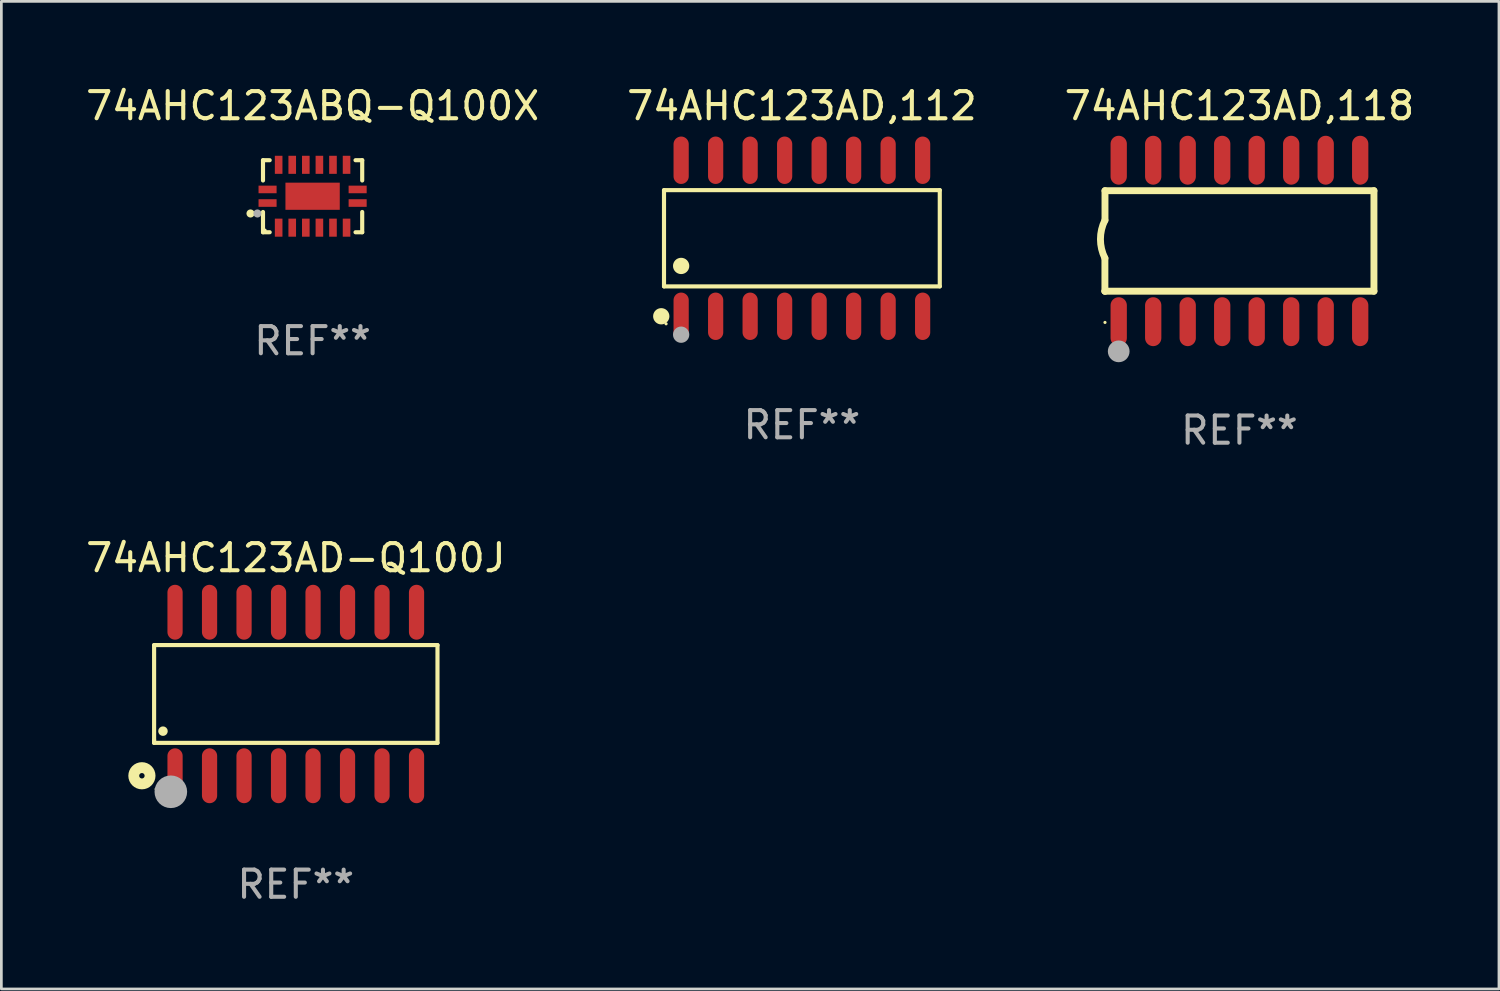
<source format=kicad_pcb>
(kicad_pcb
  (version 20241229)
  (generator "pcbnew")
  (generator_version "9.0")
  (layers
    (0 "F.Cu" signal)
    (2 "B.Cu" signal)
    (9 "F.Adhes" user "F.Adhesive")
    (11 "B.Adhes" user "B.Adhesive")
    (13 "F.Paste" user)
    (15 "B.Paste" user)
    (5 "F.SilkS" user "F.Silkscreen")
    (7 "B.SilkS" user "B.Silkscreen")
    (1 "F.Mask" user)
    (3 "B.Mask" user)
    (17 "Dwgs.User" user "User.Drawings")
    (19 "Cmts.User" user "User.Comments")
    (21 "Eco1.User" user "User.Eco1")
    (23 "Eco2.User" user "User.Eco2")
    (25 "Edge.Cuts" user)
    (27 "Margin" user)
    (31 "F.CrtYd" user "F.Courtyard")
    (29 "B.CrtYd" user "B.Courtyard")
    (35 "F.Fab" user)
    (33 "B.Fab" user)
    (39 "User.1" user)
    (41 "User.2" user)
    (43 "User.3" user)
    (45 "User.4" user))
  (footprint "74AHC123AD,118"
    (layer "F.Cu")
    (at 42.577 5.82)
    (property "Reference" "74AHC123AD,118" (at 0 -4.972 0) (layer "F.SilkS") (effects (font (size 1 1) (thickness 0.15))))
    (attr through_hole)
    (fp_line (start -4.952 0.635) (end -4.952 1.85) (stroke (width 0.254) (type solid)) (layer "F.SilkS"))
    (fp_line (start -4.952 1.85) (end -4.949 1.85) (stroke (width 0.254) (type solid)) (layer "F.SilkS"))
    (fp_line (start -4.949 -1.85) (end -4.949 -0.762) (stroke (width 0.254) (type solid)) (layer "F.SilkS"))
    (fp_line (start -4.949 1.85) (end 4.952 1.85) (stroke (width 0.254) (type solid)) (layer "F.SilkS"))
    (fp_line (start 4.952 -1.85) (end -4.949 -1.85) (stroke (width 0.254) (type solid)) (layer "F.SilkS"))
    (fp_line (start 4.952 1.85) (end 4.952 -1.85) (stroke (width 0.254) (type solid)) (layer "F.SilkS"))
    (fp_arc (start -4.951524 0.635001) (mid -5.116418 -0.0635) (end -4.951524 -0.762002) (stroke (width 0.254001) (type solid)) (layer "F.SilkS"))
    (fp_circle (center -4.949 3) (end -4.919 3) (stroke (width 0.06) (type solid)) (fill no) (layer "F.SilkS"))
    (fp_circle (center -4.444 4.064) (end -4.244 4.064) (stroke (width 0.4) (type solid)) (fill no) (layer "F.Fab"))
    (fp_text user "REF**" (at 0 6.972 0) (layer "F.Fab") (effects (font (size 1 1) (thickness 0.15))))
    (pad "1" smd oval (at -4.444 2.972 180) (size 0.6 1.8) (layers "F.Cu" "F.Mask" "F.Paste"))
    (pad "2" smd oval (at -3.174 2.972 180) (size 0.6 1.8) (layers "F.Cu" "F.Mask" "F.Paste"))
    (pad "3" smd oval (at -1.904 2.972 180) (size 0.6 1.8) (layers "F.Cu" "F.Mask" "F.Paste"))
    (pad "4" smd oval (at -0.634 2.972 180) (size 0.6 1.8) (layers "F.Cu" "F.Mask" "F.Paste"))
    (pad "5" smd oval (at 0.636 2.972 180) (size 0.6 1.8) (layers "F.Cu" "F.Mask" "F.Paste"))
    (pad "6" smd oval (at 1.906 2.972 180) (size 0.6 1.8) (layers "F.Cu" "F.Mask" "F.Paste"))
    (pad "7" smd oval (at 3.176 2.972 180) (size 0.6 1.8) (layers "F.Cu" "F.Mask" "F.Paste"))
    (pad "8" smd oval (at 4.446 2.972 180) (size 0.6 1.8) (layers "F.Cu" "F.Mask" "F.Paste"))
    (pad "9" smd oval (at 4.446 -2.972 180) (size 0.6 1.8) (layers "F.Cu" "F.Mask" "F.Paste"))
    (pad "10" smd oval (at 3.176 -2.972 180) (size 0.6 1.8) (layers "F.Cu" "F.Mask" "F.Paste"))
    (pad "11" smd oval (at 1.906 -2.972 180) (size 0.6 1.8) (layers "F.Cu" "F.Mask" "F.Paste"))
    (pad "12" smd oval (at 0.636 -2.972 180) (size 0.6 1.8) (layers "F.Cu" "F.Mask" "F.Paste"))
    (pad "13" smd oval (at -0.634 -2.972 180) (size 0.6 1.8) (layers "F.Cu" "F.Mask" "F.Paste"))
    (pad "14" smd oval (at -1.904 -2.972 180) (size 0.6 1.8) (layers "F.Cu" "F.Mask" "F.Paste"))
    (pad "15" smd oval (at -3.174 -2.972 180) (size 0.6 1.8) (layers "F.Cu" "F.Mask" "F.Paste"))
    (pad "16" smd oval (at -4.444 -2.972 180) (size 0.6 1.8) (layers "F.Cu" "F.Mask" "F.Paste")))
  (footprint "74AHC123AD,112"
    (layer "F.Cu")
    (at 26.47 5.721)
    (property "Reference" "74AHC123AD,112" (at 0 -4.872 0) (layer "F.SilkS") (effects (font (size 1 1) (thickness 0.15))))
    (attr through_hole)
    (fp_line (start -5.076 -1.771) (end 5.076 -1.771) (stroke (width 0.152) (type solid)) (layer "F.SilkS"))
    (fp_line (start -5.076 1.771) (end -5.076 -1.771) (stroke (width 0.152) (type solid)) (layer "F.SilkS"))
    (fp_line (start 5.076 -1.771) (end 5.076 1.771) (stroke (width 0.152) (type solid)) (layer "F.SilkS"))
    (fp_line (start 5.076 1.771) (end -5.076 1.771) (stroke (width 0.152) (type solid)) (layer "F.SilkS"))
    (fp_circle (center -5.177 2.872) (end -5.027 2.872) (stroke (width 0.3) (type solid)) (fill no) (layer "F.SilkS"))
    (fp_circle (center -5 3.15) (end -4.97 3.15) (stroke (width 0.06) (type solid)) (fill no) (layer "F.SilkS"))
    (fp_circle (center -4.445 1.019) (end -4.295 1.019) (stroke (width 0.3) (type solid)) (fill no) (layer "F.SilkS"))
    (fp_circle (center -4.445 3.55) (end -4.295 3.55) (stroke (width 0.3) (type solid)) (fill no) (layer "F.Fab"))
    (fp_text user "REF**" (at 0 6.872 0) (layer "F.Fab") (effects (font (size 1 1) (thickness 0.15))))
    (pad "1" smd oval (at -4.445 2.872) (size 0.56 1.745) (layers "F.Cu" "F.Mask" "F.Paste"))
    (pad "2" smd oval (at -3.175 2.872) (size 0.56 1.745) (layers "F.Cu" "F.Mask" "F.Paste"))
    (pad "3" smd oval (at -1.905 2.872) (size 0.56 1.745) (layers "F.Cu" "F.Mask" "F.Paste"))
    (pad "4" smd oval (at -0.635 2.872) (size 0.56 1.745) (layers "F.Cu" "F.Mask" "F.Paste"))
    (pad "5" smd oval (at 0.635 2.872) (size 0.56 1.745) (layers "F.Cu" "F.Mask" "F.Paste"))
    (pad "6" smd oval (at 1.905 2.872) (size 0.56 1.745) (layers "F.Cu" "F.Mask" "F.Paste"))
    (pad "7" smd oval (at 3.175 2.872) (size 0.56 1.745) (layers "F.Cu" "F.Mask" "F.Paste"))
    (pad "8" smd oval (at 4.445 2.872) (size 0.56 1.745) (layers "F.Cu" "F.Mask" "F.Paste"))
    (pad "9" smd oval (at 4.445 -2.872) (size 0.56 1.745) (layers "F.Cu" "F.Mask" "F.Paste"))
    (pad "10" smd oval (at 3.175 -2.872) (size 0.56 1.745) (layers "F.Cu" "F.Mask" "F.Paste"))
    (pad "11" smd oval (at 1.905 -2.872) (size 0.56 1.745) (layers "F.Cu" "F.Mask" "F.Paste"))
    (pad "12" smd oval (at 0.635 -2.872) (size 0.56 1.745) (layers "F.Cu" "F.Mask" "F.Paste"))
    (pad "13" smd oval (at -0.635 -2.872) (size 0.56 1.745) (layers "F.Cu" "F.Mask" "F.Paste"))
    (pad "14" smd oval (at -1.905 -2.872) (size 0.56 1.745) (layers "F.Cu" "F.Mask" "F.Paste"))
    (pad "15" smd oval (at -3.175 -2.872) (size 0.56 1.745) (layers "F.Cu" "F.Mask" "F.Paste"))
    (pad "16" smd oval (at -4.445 -2.872) (size 0.56 1.745) (layers "F.Cu" "F.Mask" "F.Paste")))
  (footprint "74AHC123AD-Q100J"
    (layer "F.Cu")
    (at 7.839 22.498)
    (property "Reference" "74AHC123AD-Q100J" (at 0 -5.01 0) (layer "F.SilkS") (effects (font (size 1 1) (thickness 0.15))))
    (attr through_hole)
    (fp_line (start -5.216 -1.8) (end 5.216 -1.8) (stroke (width 0.152) (type solid)) (layer "F.SilkS"))
    (fp_line (start -5.216 1.695) (end -5.216 -1.8) (stroke (width 0.152) (type solid)) (layer "F.SilkS"))
    (fp_line (start -5.216 1.8) (end -5.216 1.695) (stroke (width 0.152) (type solid)) (layer "F.SilkS"))
    (fp_line (start 5.216 -1.8) (end 5.216 1.8) (stroke (width 0.152) (type solid)) (layer "F.SilkS"))
    (fp_line (start 5.216 1.8) (end -5.216 1.8) (stroke (width 0.152) (type solid)) (layer "F.SilkS"))
    (fp_circle (center -5.665 3.01) (end -5.565 3.01) (stroke (width 0.4) (type solid)) (fill no) (layer "F.SilkS"))
    (fp_circle (center -5.14 3.5) (end -5.11 3.5) (stroke (width 0.06) (type solid)) (fill no) (layer "F.SilkS"))
    (fp_circle (center -4.889 1.368) (end -4.801 1.368) (stroke (width 0.175) (type solid)) (fill no) (layer "F.SilkS"))
    (fp_circle (center -4.6 3.6) (end -4.3 3.6) (stroke (width 0.6) (type solid)) (fill no) (layer "F.Fab"))
    (fp_text user "REF**" (at 0 7.01 0) (layer "F.Fab") (effects (font (size 1 1) (thickness 0.15))))
    (pad "1" smd oval (at -4.445 3.01) (size 0.56 2.02) (layers "F.Cu" "F.Mask" "F.Paste"))
    (pad "2" smd oval (at -3.175 3.01) (size 0.56 2.02) (layers "F.Cu" "F.Mask" "F.Paste"))
    (pad "3" smd oval (at -1.905 3.01) (size 0.56 2.02) (layers "F.Cu" "F.Mask" "F.Paste"))
    (pad "4" smd oval (at -0.635 3.01) (size 0.56 2.02) (layers "F.Cu" "F.Mask" "F.Paste"))
    (pad "5" smd oval (at 0.635 3.01) (size 0.56 2.02) (layers "F.Cu" "F.Mask" "F.Paste"))
    (pad "6" smd oval (at 1.905 3.01) (size 0.56 2.02) (layers "F.Cu" "F.Mask" "F.Paste"))
    (pad "7" smd oval (at 3.175 3.01) (size 0.56 2.02) (layers "F.Cu" "F.Mask" "F.Paste"))
    (pad "8" smd oval (at 4.445 3.01) (size 0.56 2.02) (layers "F.Cu" "F.Mask" "F.Paste"))
    (pad "9" smd oval (at 4.445 -3.01) (size 0.56 2.02) (layers "F.Cu" "F.Mask" "F.Paste"))
    (pad "10" smd oval (at 3.175 -3.01) (size 0.56 2.02) (layers "F.Cu" "F.Mask" "F.Paste"))
    (pad "11" smd oval (at 1.905 -3.01) (size 0.56 2.02) (layers "F.Cu" "F.Mask" "F.Paste"))
    (pad "12" smd oval (at 0.635 -3.01) (size 0.56 2.02) (layers "F.Cu" "F.Mask" "F.Paste"))
    (pad "13" smd oval (at -0.635 -3.01) (size 0.56 2.02) (layers "F.Cu" "F.Mask" "F.Paste"))
    (pad "14" smd oval (at -1.905 -3.01) (size 0.56 2.02) (layers "F.Cu" "F.Mask" "F.Paste"))
    (pad "15" smd oval (at -3.175 -3.01) (size 0.56 2.02) (layers "F.Cu" "F.Mask" "F.Paste"))
    (pad "16" smd oval (at -4.445 -3.01) (size 0.56 2.02) (layers "F.Cu" "F.Mask" "F.Paste")))
  (footprint "74AHC123ABQ-Q100X"
    (layer "F.Cu")
    (at 8.458 4.174)
    (property "Reference" "74AHC123ABQ-Q100X" (at 0 -3.326 0) (layer "F.SilkS") (effects (font (size 1 1) (thickness 0.15))))
    (attr through_hole)
    (fp_line (start -1.826 -1.326) (end -1.58 -1.326) (stroke (width 0.152) (type solid)) (layer "F.SilkS"))
    (fp_line (start -1.826 -0.58) (end -1.826 -1.326) (stroke (width 0.152) (type solid)) (layer "F.SilkS"))
    (fp_line (start -1.826 0.58) (end -1.826 1.326) (stroke (width 0.152) (type solid)) (layer "F.SilkS"))
    (fp_line (start -1.826 1.326) (end -1.58 1.326) (stroke (width 0.152) (type solid)) (layer "F.SilkS"))
    (fp_line (start 1.826 -1.326) (end 1.58 -1.326) (stroke (width 0.152) (type solid)) (layer "F.SilkS"))
    (fp_line (start 1.826 -0.58) (end 1.826 -1.326) (stroke (width 0.152) (type solid)) (layer "F.SilkS"))
    (fp_line (start 1.826 0.58) (end 1.826 1.326) (stroke (width 0.152) (type solid)) (layer "F.SilkS"))
    (fp_line (start 1.826 1.326) (end 1.58 1.326) (stroke (width 0.152) (type solid)) (layer "F.SilkS"))
    (fp_circle (center -2.286 0.635) (end -2.211 0.635) (stroke (width 0.15) (type solid)) (fill no) (layer "F.SilkS"))
    (fp_circle (center -1.75 1.25) (end -1.72 1.25) (stroke (width 0.06) (type solid)) (fill no) (layer "F.SilkS"))
    (fp_circle (center -2.032 0.635) (end -1.957 0.635) (stroke (width 0.15) (type solid)) (fill no) (layer "F.Fab"))
    (fp_text user "REF**" (at 0 5.326 0) (layer "F.Fab") (effects (font (size 1 1) (thickness 0.15))))
    (pad "1" smd rect (at -1.658 0.25) (size 0.665 0.28) (layers "F.Cu" "F.Mask" "F.Paste"))
    (pad "2" smd rect (at -1.25 1.157) (size 0.28 0.665) (layers "F.Cu" "F.Mask" "F.Paste"))
    (pad "3" smd rect (at -0.75 1.157) (size 0.28 0.665) (layers "F.Cu" "F.Mask" "F.Paste"))
    (pad "4" smd rect (at -0.25 1.157) (size 0.28 0.665) (layers "F.Cu" "F.Mask" "F.Paste"))
    (pad "5" smd rect (at 0.25 1.157) (size 0.28 0.665) (layers "F.Cu" "F.Mask" "F.Paste"))
    (pad "6" smd rect (at 0.75 1.157) (size 0.28 0.665) (layers "F.Cu" "F.Mask" "F.Paste"))
    (pad "7" smd rect (at 1.25 1.157) (size 0.28 0.665) (layers "F.Cu" "F.Mask" "F.Paste"))
    (pad "8" smd rect (at 1.658 0.25) (size 0.665 0.28) (layers "F.Cu" "F.Mask" "F.Paste"))
    (pad "9" smd rect (at 1.658 -0.25) (size 0.665 0.28) (layers "F.Cu" "F.Mask" "F.Paste"))
    (pad "10" smd rect (at 1.25 -1.157) (size 0.28 0.665) (layers "F.Cu" "F.Mask" "F.Paste"))
    (pad "11" smd rect (at 0.75 -1.157) (size 0.28 0.665) (layers "F.Cu" "F.Mask" "F.Paste"))
    (pad "12" smd rect (at 0.25 -1.157) (size 0.28 0.665) (layers "F.Cu" "F.Mask" "F.Paste"))
    (pad "13" smd rect (at -0.25 -1.157) (size 0.28 0.665) (layers "F.Cu" "F.Mask" "F.Paste"))
    (pad "14" smd rect (at -0.75 -1.157) (size 0.28 0.665) (layers "F.Cu" "F.Mask" "F.Paste"))
    (pad "15" smd rect (at -1.25 -1.157) (size 0.28 0.665) (layers "F.Cu" "F.Mask" "F.Paste"))
    (pad "16" smd rect (at -1.658 -0.25) (size 0.665 0.28) (layers "F.Cu" "F.Mask" "F.Paste"))
    (pad "17" smd rect (at 0 0) (size 2 1) (layers "F.Cu" "F.Mask" "F.Paste")))
  (gr_rect
    (start -3 -3)
    (end 52.131 33.356)
    (stroke (width 0.1) (type default))
    (fill no)
    (layer "Edge.Cuts")))
</source>
